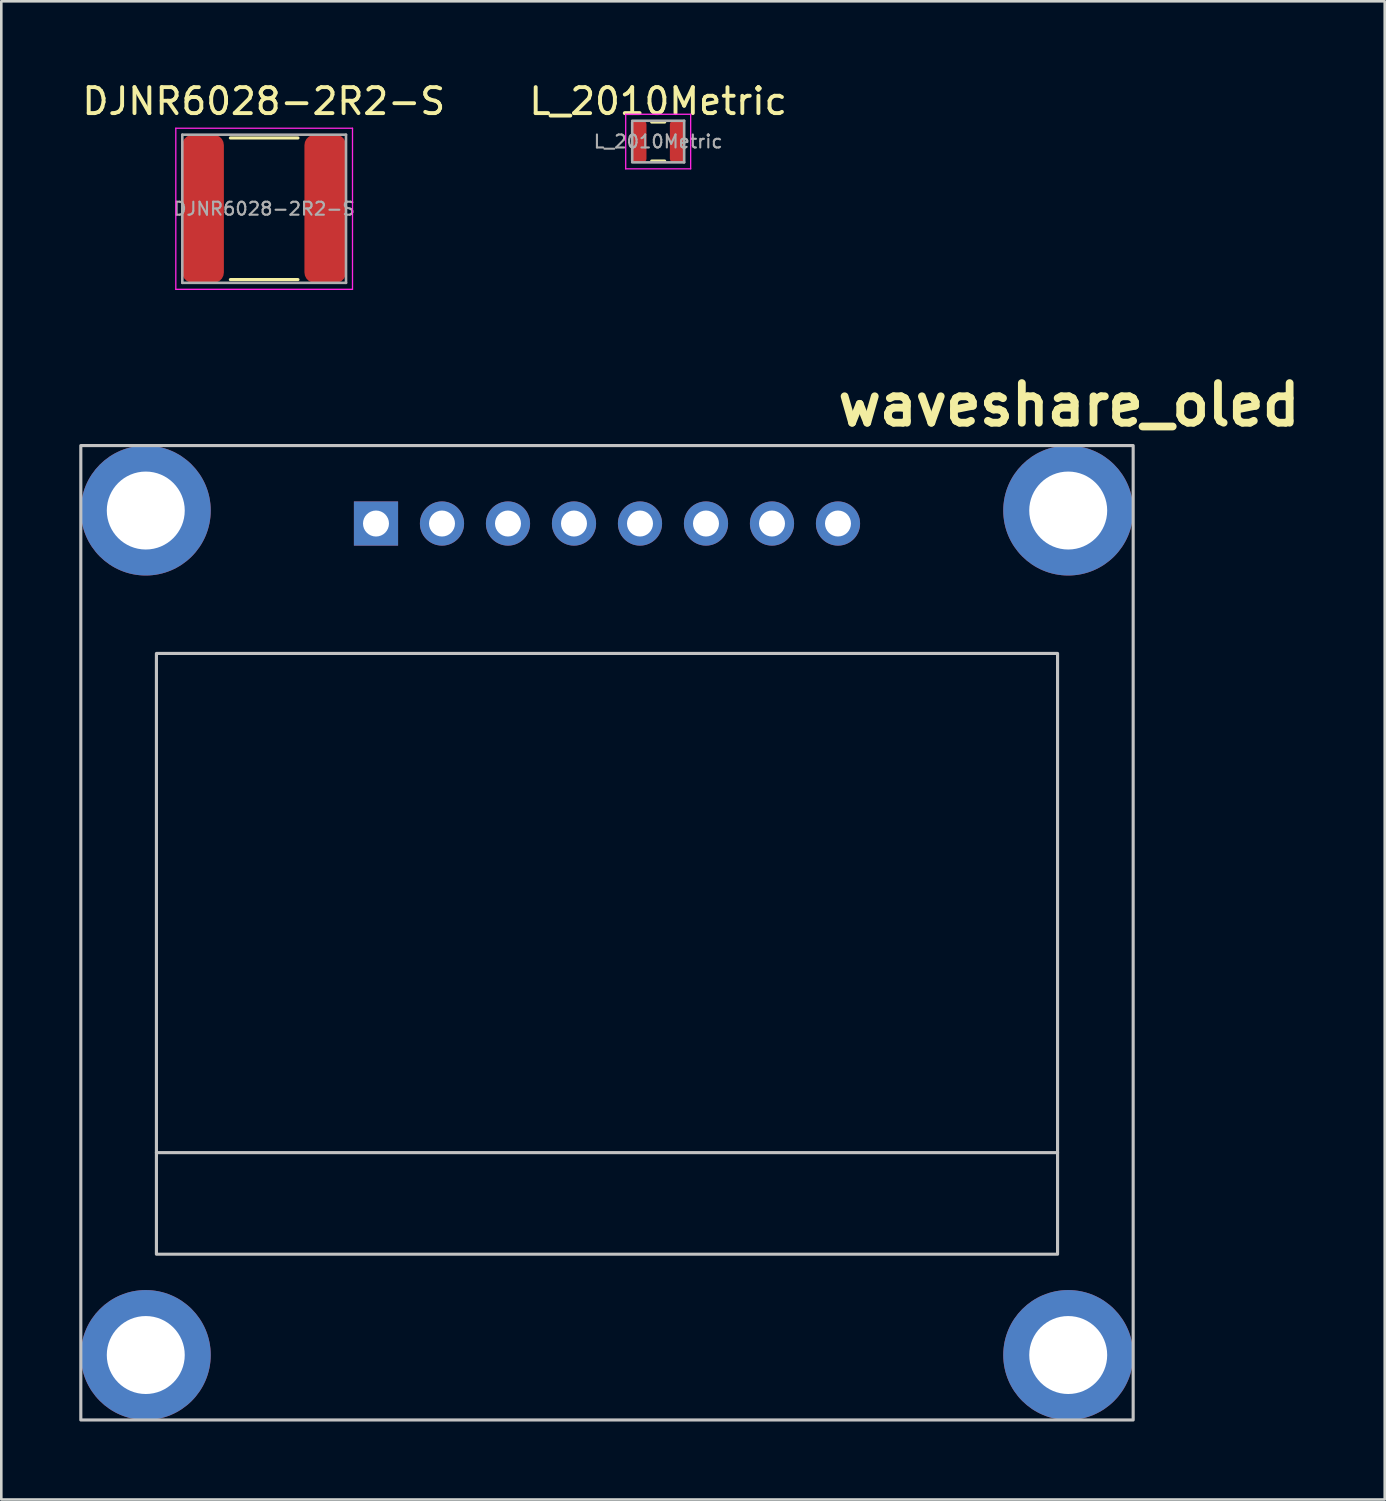
<source format=kicad_pcb>
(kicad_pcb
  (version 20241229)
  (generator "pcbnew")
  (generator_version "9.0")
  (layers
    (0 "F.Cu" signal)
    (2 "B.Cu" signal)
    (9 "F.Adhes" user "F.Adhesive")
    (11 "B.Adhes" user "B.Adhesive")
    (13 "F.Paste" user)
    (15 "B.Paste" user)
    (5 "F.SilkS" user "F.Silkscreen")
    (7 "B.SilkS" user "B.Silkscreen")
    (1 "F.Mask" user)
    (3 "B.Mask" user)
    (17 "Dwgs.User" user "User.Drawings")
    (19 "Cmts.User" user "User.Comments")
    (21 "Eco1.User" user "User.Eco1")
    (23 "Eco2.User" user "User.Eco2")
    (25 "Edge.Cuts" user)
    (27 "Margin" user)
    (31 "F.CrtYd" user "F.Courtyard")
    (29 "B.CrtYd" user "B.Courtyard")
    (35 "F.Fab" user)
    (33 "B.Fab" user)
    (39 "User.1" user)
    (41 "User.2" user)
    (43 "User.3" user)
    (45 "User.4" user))
  (footprint "waveshare_oled"
    (layer "F.Cu")
    (at 20.31 32.848)
    (property "Reference" "waveshare_oled" (at 17.78 -20.32 0) (layer "F.SilkS") (effects (font (size 1.524 1.524) (thickness 0.3))))
    (attr board_only exclude_from_pos_files exclude_from_bom)
    (fp_line (start -17.34 8.46) (end 17.34 8.46) (stroke (width 0.12) (type solid)) (layer "Dwgs.User"))
    (fp_rect (start -20.25 -18.75) (end 20.25 18.75) (stroke (width 0.12) (type solid)) (fill no) (layer "Dwgs.User"))
    (fp_rect (start -17.34 -10.75) (end 17.34 12.37) (stroke (width 0.12) (type solid)) (fill no) (layer "Dwgs.User"))
    (pad "" np_thru_hole oval (at -17.75 -16.25 90) (size 5 5) (drill 3) (layers "*.Cu" "*.Mask"))
    (pad "" np_thru_hole oval (at -17.75 16.25 90) (size 5 5) (drill 3) (layers "*.Cu" "*.Mask"))
    (pad "" np_thru_hole oval (at 17.75 -16.25 90) (size 5 5) (drill 3) (layers "*.Cu" "*.Mask"))
    (pad "" np_thru_hole oval (at 17.75 16.25 90) (size 5 5) (drill 3) (layers "*.Cu" "*.Mask"))
    (pad "1" thru_hole rect (at -8.89 -15.75 90) (size 1.7 1.7) (drill 1) (layers "*.Cu" "*.Mask"))
    (pad "2" thru_hole oval (at -6.35 -15.75 90) (size 1.7 1.7) (drill 1) (layers "*.Cu" "*.Mask"))
    (pad "3" thru_hole oval (at -3.81 -15.75 90) (size 1.7 1.7) (drill 1) (layers "*.Cu" "*.Mask"))
    (pad "4" thru_hole oval (at -1.27 -15.75 90) (size 1.7 1.7) (drill 1) (layers "*.Cu" "*.Mask"))
    (pad "5" thru_hole oval (at 1.27 -15.75 90) (size 1.7 1.7) (drill 1) (layers "*.Cu" "*.Mask"))
    (pad "6" thru_hole oval (at 3.81 -15.75 90) (size 1.7 1.7) (drill 1) (layers "*.Cu" "*.Mask"))
    (pad "7" thru_hole oval (at 6.35 -15.75 90) (size 1.7 1.7) (drill 1) (layers "*.Cu" "*.Mask"))
    (pad "8" thru_hole oval (at 8.89 -15.75 90) (size 1.7 1.7) (drill 1) (layers "*.Cu" "*.Mask")))
  (footprint "DJNR6028-2R2-S"
    (layer "F.Cu")
    (at 7.116 4.985)
    (property "Reference" "DJNR6028-2R2-S" (at -0.014 -4.137 0) (layer "F.SilkS") (effects (font (size 1 1) (thickness 0.15))))
    (attr smd)
    (fp_line (start -1.3 -2.725) (end 1.3 -2.725) (stroke (width 0.12) (type solid)) (layer "F.SilkS"))
    (fp_line (start -1.3 2.725) (end 1.3 2.725) (stroke (width 0.12) (type solid)) (layer "F.SilkS"))
    (fp_line (start -3.4 -3.1) (end 3.4 -3.1) (stroke (width 0.05) (type solid)) (layer "F.CrtYd"))
    (fp_line (start -3.4 3.1) (end -3.4 -3.1) (stroke (width 0.05) (type solid)) (layer "F.CrtYd"))
    (fp_line (start 3.4 -3.1) (end 3.4 3.1) (stroke (width 0.05) (type solid)) (layer "F.CrtYd"))
    (fp_line (start 3.4 3.1) (end -3.4 3.1) (stroke (width 0.05) (type solid)) (layer "F.CrtYd"))
    (fp_line (start -3.15 -2.85) (end 3.15 -2.85) (stroke (width 0.1) (type solid)) (layer "F.Fab"))
    (fp_line (start -3.15 2.85) (end -3.15 -2.85) (stroke (width 0.1) (type solid)) (layer "F.Fab"))
    (fp_line (start 3.15 -2.85) (end 3.15 2.85) (stroke (width 0.1) (type solid)) (layer "F.Fab"))
    (fp_line (start 3.15 2.85) (end -3.15 2.85) (stroke (width 0.1) (type solid)) (layer "F.Fab"))
    (fp_text user "${REFERENCE}" (at 0 0 0) (layer "F.Fab") (effects (font (size 0.5 0.5) (thickness 0.08))))
    (pad "1" smd roundrect (at -2.35 0) (size 1.6 5.7) (layers "F.Cu" "F.Mask" "F.Paste") (roundrect_rratio 0.25))
    (pad "2" smd roundrect (at 2.35 0) (size 1.6 5.7) (layers "F.Cu" "F.Mask" "F.Paste") (roundrect_rratio 0.25)))
  (footprint "L_2010Metric"
    (layer "F.Cu")
    (at 22.28 2.398)
    (property "Reference" "L_2010Metric" (at 0 -1.55 0) (layer "F.SilkS") (effects (font (size 1 1) (thickness 0.15))))
    (attr smd)
    (fp_line (start -0.25 -0.75) (end 0.25 -0.75) (stroke (width 0.12) (type solid)) (layer "F.SilkS"))
    (fp_line (start -0.25 0.75) (end 0.25 0.75) (stroke (width 0.12) (type solid)) (layer "F.SilkS"))
    (fp_line (start -1.25 -1.05) (end 1.25 -1.05) (stroke (width 0.05) (type solid)) (layer "F.CrtYd"))
    (fp_line (start -1.25 1.05) (end -1.25 -1.05) (stroke (width 0.05) (type solid)) (layer "F.CrtYd"))
    (fp_line (start 1.25 -1.05) (end 1.25 1.05) (stroke (width 0.05) (type solid)) (layer "F.CrtYd"))
    (fp_line (start 1.25 1.05) (end -1.25 1.05) (stroke (width 0.05) (type solid)) (layer "F.CrtYd"))
    (fp_line (start -1 -0.8) (end 1 -0.8) (stroke (width 0.1) (type solid)) (layer "F.Fab"))
    (fp_line (start -1 0.75) (end -1 -0.75) (stroke (width 0.1) (type solid)) (layer "F.Fab"))
    (fp_line (start 1 -0.8) (end 1 0.8) (stroke (width 0.1) (type solid)) (layer "F.Fab"))
    (fp_line (start 1 0.8) (end -1 0.8) (stroke (width 0.1) (type solid)) (layer "F.Fab"))
    (fp_text user "${REFERENCE}" (at 0 0 0) (layer "F.Fab") (effects (font (size 0.5 0.5) (thickness 0.08))))
    (pad "1" smd roundrect (at -0.725 0) (size 0.55 1.6) (layers "F.Cu" "F.Mask" "F.Paste") (roundrect_rratio 0.25))
    (pad "2" smd roundrect (at 0.725 0) (size 0.55 1.6) (layers "F.Cu" "F.Mask" "F.Paste") (roundrect_rratio 0.25)))
  (gr_rect
    (start -3 -3)
    (end 50.241 54.658)
    (stroke (width 0.1) (type default))
    (fill no)
    (layer "Edge.Cuts")))
</source>
